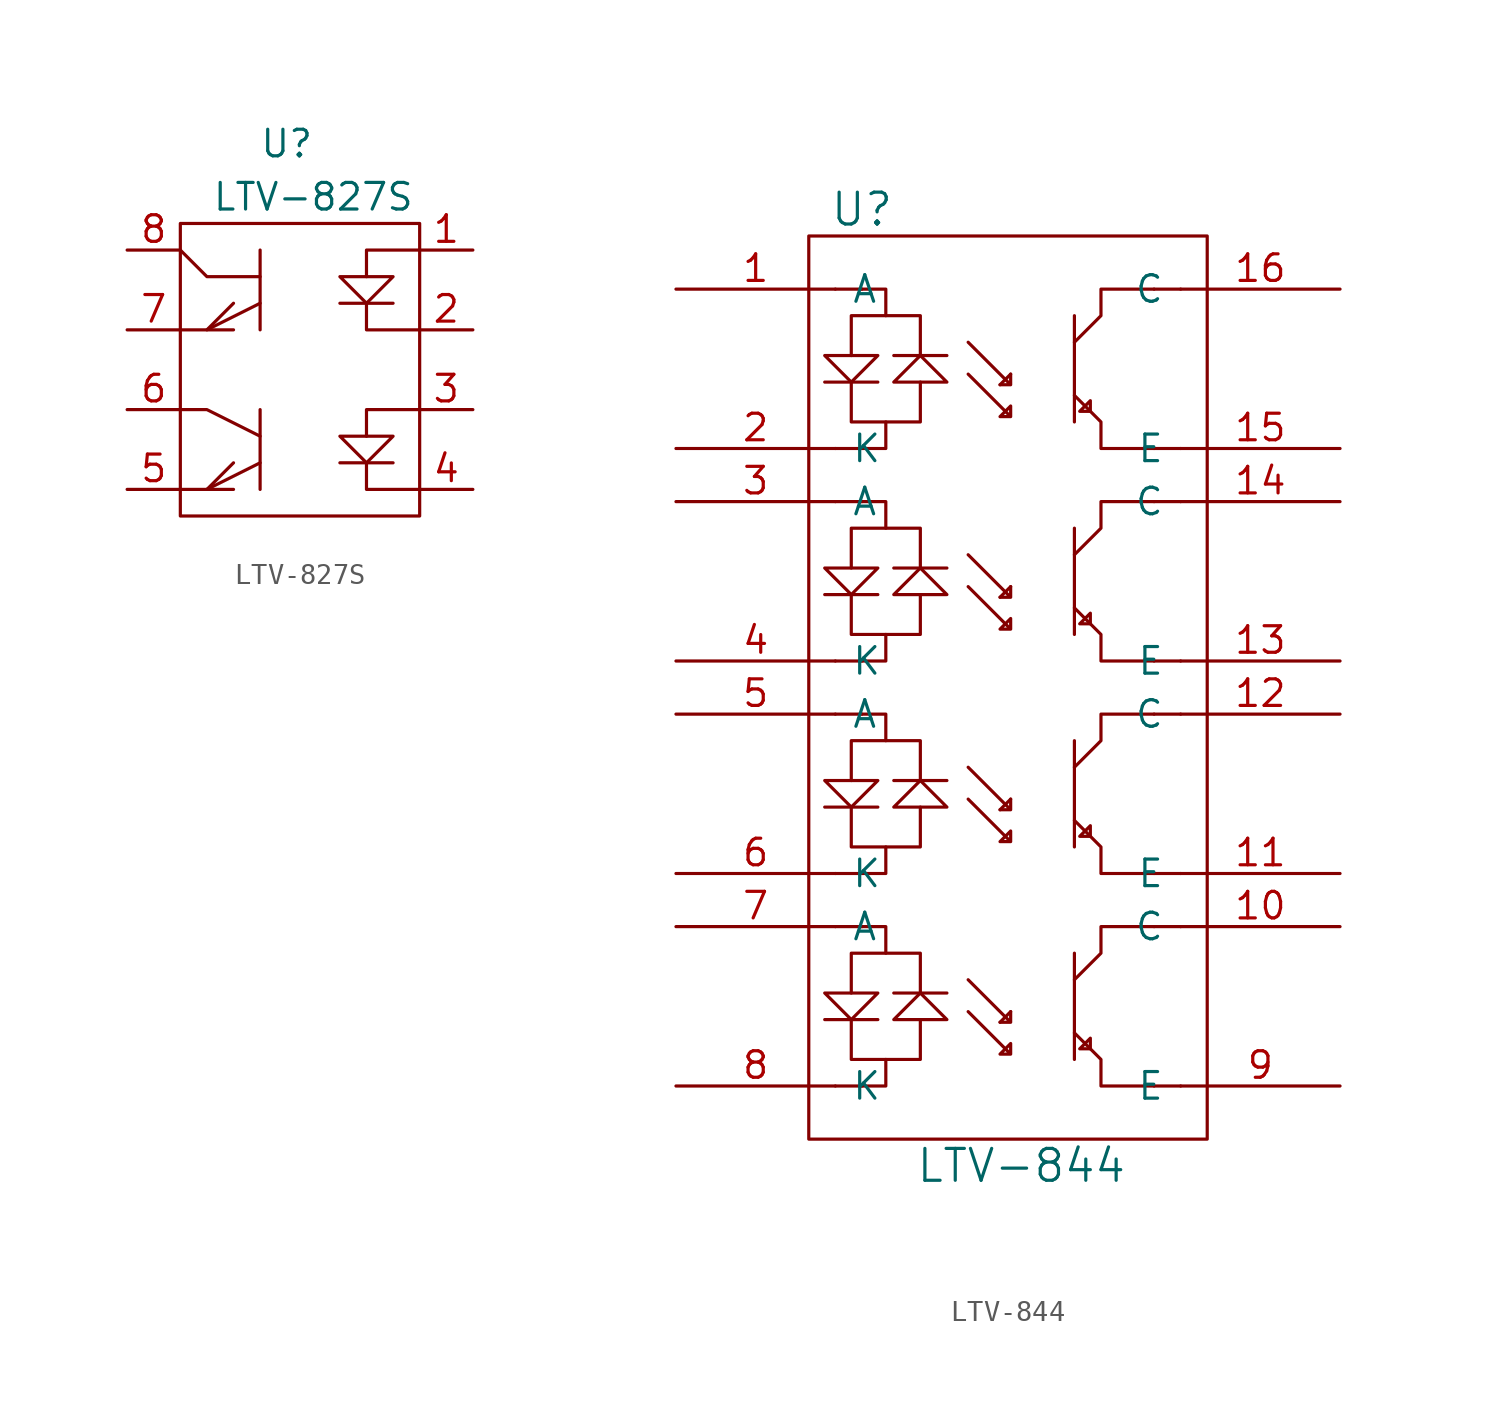
<source format=kicad_sym>
(kicad_symbol_lib
  (version 20211014)
  (generator kicad_symbol_editor)
  (symbol "LTV-827S"
    (pin_names
      (offset 1.016))
    (property "Reference" "U"
      (at -1.27 10.16 0)
      (effects (font (size 1.27 1.27))))
    (property "Value" "LTV-827S"
      (at 0 7.62 0)
      (effects (font (size 1.27 1.27))))
    (symbol "LTV-827S_0_1"
      (rectangle (start -6.35 6.35) (end 5.08 -7.62) (stroke (width 0) (type default) (color 0 0 0 0)) (fill (type none)))
      (polyline (pts (xy -5.08 -6.35) (xy -3.81 -6.35)) (stroke (width 0) (type default) (color 0 0 0 0)) (fill (type none)))
      (polyline (pts (xy -5.08 -6.35) (xy -3.81 -5.08)) (stroke (width 0) (type default) (color 0 0 0 0)) (fill (type none)))
      (polyline (pts (xy -2.54 5.08) (xy -2.54 1.27)) (stroke (width 0) (type default) (color 0 0 0 0)) (fill (type none)))
      (polyline (pts (xy 1.27 2.54) (xy 3.81 2.54)) (stroke (width 0) (type default) (color 0 0 0 0)) (fill (type none)))
      (polyline (pts (xy -6.35 -2.54) (xy -5.08 -2.54) (xy -2.54 -3.81)) (stroke (width 0) (type default) (color 0 0 0 0)) (fill (type none)))
      (polyline (pts (xy -6.35 1.27) (xy -5.08 1.27) (xy -2.54 2.54)) (stroke (width 0) (type default) (color 0 0 0 0)) (fill (type none)))
      (polyline (pts (xy -6.35 5.08) (xy -5.08 3.81) (xy -2.54 3.81)) (stroke (width 0) (type default) (color 0 0 0 0)) (fill (type none)))
      (polyline (pts (xy 2.54 -5.08) (xy 2.54 -6.35) (xy 5.08 -6.35)) (stroke (width 0) (type default) (color 0 0 0 0)) (fill (type none)))
      (polyline (pts (xy 2.54 -3.81) (xy 2.54 -2.54) (xy 5.08 -2.54)) (stroke (width 0) (type default) (color 0 0 0 0)) (fill (type none)))
      (polyline (pts (xy 2.54 2.54) (xy 2.54 1.27) (xy 5.08 1.27)) (stroke (width 0) (type default) (color 0 0 0 0)) (fill (type none)))
      (polyline (pts (xy 2.54 3.81) (xy 2.54 5.08) (xy 5.08 5.08)) (stroke (width 0) (type default) (color 0 0 0 0)) (fill (type none)))
      (polyline (pts (xy -5.08 1.27) (xy -3.81 2.54) (xy -5.08 1.27) (xy -3.81 1.27)) (stroke (width 0) (type default) (color 0 0 0 0)) (fill (type none)))
      (polyline (pts (xy 1.27 3.81) (xy 3.81 3.81) (xy 2.54 2.54) (xy 1.27 3.81)) (stroke (width 0) (type default) (color 0 0 0 0)) (fill (type none))))
    (symbol "LTV-827S_1_1"
      (polyline (pts (xy -2.54 -2.54) (xy -2.54 -6.35)) (stroke (width 0) (type default) (color 0 0 0 0)) (fill (type none)))
      (polyline (pts (xy 1.27 -5.08) (xy 3.81 -5.08)) (stroke (width 0) (type default) (color 0 0 0 0)) (fill (type none)))
      (polyline (pts (xy -6.35 -6.35) (xy -5.08 -6.35) (xy -2.54 -5.08)) (stroke (width 0) (type default) (color 0 0 0 0)) (fill (type none)))
      (polyline (pts (xy 1.27 -3.81) (xy 3.81 -3.81) (xy 2.54 -5.08) (xy 1.27 -3.81)) (stroke (width 0) (type default) (color 0 0 0 0)) (fill (type none)))
      (pin input line (at 7.62 5.08 180) (length 2.54) (name "~" (effects (font (size 1.27 1.27)))) (number "1" (effects (font (size 1.27 1.27)))))
      (pin input line (at 7.62 1.27 180) (length 2.54) (name "~" (effects (font (size 1.27 1.27)))) (number "2" (effects (font (size 1.27 1.27)))))
      (pin input line (at 7.62 -2.54 180) (length 2.54) (name "~" (effects (font (size 1.27 1.27)))) (number "3" (effects (font (size 1.27 1.27)))))
      (pin input line (at 7.62 -6.35 180) (length 2.54) (name "~" (effects (font (size 1.27 1.27)))) (number "4" (effects (font (size 1.27 1.27)))))
      (pin input line (at -8.89 -6.35 0) (length 2.54) (name "~" (effects (font (size 1.27 1.27)))) (number "5" (effects (font (size 1.27 1.27)))))
      (pin input line (at -8.89 -2.54 0) (length 2.54) (name "~" (effects (font (size 1.27 1.27)))) (number "6" (effects (font (size 1.27 1.27)))))
      (pin input line (at -8.89 1.27 0) (length 2.54) (name "~" (effects (font (size 1.27 1.27)))) (number "7" (effects (font (size 1.27 1.27)))))
      (pin input line (at -8.89 5.08 0) (length 2.54) (name "~" (effects (font (size 1.27 1.27)))) (number "8" (effects (font (size 1.27 1.27)))))))
  (symbol "LTV-844"
    (pin_names
      (offset 0.762))
    (property "Reference" "U"
      (at -7.62 22.86 0)
      (effects (font (size 1.524 1.524))))
    (property "Value" "LTV-844"
      (at 0 -22.86 0)
      (effects (font (size 1.524 1.524))))
    (property "Footprint" ""
      (at 0 0 0)
      (effects (font (size 1.524 1.524))))
    (property "Datasheet" ""
      (at 0 0 0)
      (effects (font (size 1.524 1.524))))
    (symbol "LTV-844_0_1"
      (rectangle (start -10.16 21.59) (end 8.89 -21.59) (stroke (width 0) (type default) (color 0 0 0 0)) (fill (type none)))
      (polyline (pts (xy -9.398 -15.875) (xy -6.858 -15.875)) (stroke (width 0) (type default) (color 0 0 0 0)) (fill (type none)))
      (polyline (pts (xy -9.398 -5.715) (xy -6.858 -5.715)) (stroke (width 0) (type default) (color 0 0 0 0)) (fill (type none)))
      (polyline (pts (xy -9.398 4.445) (xy -6.858 4.445)) (stroke (width 0) (type default) (color 0 0 0 0)) (fill (type none)))
      (polyline (pts (xy -9.398 14.605) (xy -6.858 14.605)) (stroke (width 0) (type default) (color 0 0 0 0)) (fill (type none)))
      (polyline (pts (xy -6.096 -14.605) (xy -3.556 -14.605)) (stroke (width 0) (type default) (color 0 0 0 0)) (fill (type none)))
      (polyline (pts (xy -6.096 -4.445) (xy -3.556 -4.445)) (stroke (width 0) (type default) (color 0 0 0 0)) (fill (type none)))
      (polyline (pts (xy -6.096 5.715) (xy -3.556 5.715)) (stroke (width 0) (type default) (color 0 0 0 0)) (fill (type none)))
      (polyline (pts (xy -6.096 15.875) (xy -3.556 15.875)) (stroke (width 0) (type default) (color 0 0 0 0)) (fill (type none)))
      (polyline (pts (xy -8.89 -19.05) (xy -7.62 -19.05) (xy -7.62 -19.05)) (stroke (width 0) (type default) (color 0 0 0 0)) (fill (type none)))
      (polyline (pts (xy -8.89 -11.43) (xy -7.62 -11.43) (xy -7.62 -11.43)) (stroke (width 0) (type default) (color 0 0 0 0)) (fill (type none)))
      (polyline (pts (xy -8.89 -8.89) (xy -7.62 -8.89) (xy -7.62 -8.89)) (stroke (width 0) (type default) (color 0 0 0 0)) (fill (type none)))
      (polyline (pts (xy -8.89 -1.27) (xy -7.62 -1.27) (xy -7.62 -1.27)) (stroke (width 0) (type default) (color 0 0 0 0)) (fill (type none)))
      (polyline (pts (xy -8.89 1.27) (xy -7.62 1.27) (xy -7.62 1.27)) (stroke (width 0) (type default) (color 0 0 0 0)) (fill (type none)))
      (polyline (pts (xy -8.89 8.89) (xy -7.62 8.89) (xy -7.62 8.89)) (stroke (width 0) (type default) (color 0 0 0 0)) (fill (type none)))
      (polyline (pts (xy -8.89 11.43) (xy -7.62 11.43) (xy -7.62 11.43)) (stroke (width 0) (type default) (color 0 0 0 0)) (fill (type none)))
      (polyline (pts (xy -8.89 19.05) (xy -7.62 19.05) (xy -7.62 19.05)) (stroke (width 0) (type default) (color 0 0 0 0)) (fill (type none)))
      (polyline (pts (xy -6.477 -17.78) (xy -4.826 -17.78) (xy -4.826 -15.875)) (stroke (width 0) (type default) (color 0 0 0 0)) (fill (type none)))
      (polyline (pts (xy -6.477 -12.7) (xy -8.128 -12.7) (xy -8.128 -14.605)) (stroke (width 0) (type default) (color 0 0 0 0)) (fill (type none)))
      (polyline (pts (xy -6.477 -7.62) (xy -4.826 -7.62) (xy -4.826 -5.715)) (stroke (width 0) (type default) (color 0 0 0 0)) (fill (type none)))
      (polyline (pts (xy -6.477 -2.54) (xy -8.128 -2.54) (xy -8.128 -4.445)) (stroke (width 0) (type default) (color 0 0 0 0)) (fill (type none)))
      (polyline (pts (xy -6.477 2.54) (xy -4.826 2.54) (xy -4.826 4.445)) (stroke (width 0) (type default) (color 0 0 0 0)) (fill (type none)))
      (polyline (pts (xy -6.477 7.62) (xy -8.128 7.62) (xy -8.128 5.715)) (stroke (width 0) (type default) (color 0 0 0 0)) (fill (type none)))
      (polyline (pts (xy -6.477 12.7) (xy -4.826 12.7) (xy -4.826 14.605)) (stroke (width 0) (type default) (color 0 0 0 0)) (fill (type none)))
      (polyline (pts (xy -6.477 17.78) (xy -8.128 17.78) (xy -8.128 15.875)) (stroke (width 0) (type default) (color 0 0 0 0)) (fill (type none)))
      (polyline (pts (xy -1.016 -16.002) (xy -0.508 -15.494) (xy -0.508 -15.494)) (stroke (width 0) (type default) (color 0 0 0 0)) (fill (type none)))
      (polyline (pts (xy -1.016 -5.842) (xy -0.508 -5.334) (xy -0.508 -5.334)) (stroke (width 0) (type default) (color 0 0 0 0)) (fill (type none)))
      (polyline (pts (xy -1.016 4.318) (xy -0.508 4.826) (xy -0.508 4.826)) (stroke (width 0) (type default) (color 0 0 0 0)) (fill (type none)))
      (polyline (pts (xy -1.016 14.478) (xy -0.508 14.986) (xy -0.508 14.986)) (stroke (width 0) (type default) (color 0 0 0 0)) (fill (type none)))
      (polyline (pts (xy 2.54 -12.7) (xy 2.54 -17.78) (xy 2.54 -17.78)) (stroke (width 0) (type default) (color 0 0 0 0)) (fill (type none)))
      (polyline (pts (xy 2.54 -2.54) (xy 2.54 -7.62) (xy 2.54 -7.62)) (stroke (width 0) (type default) (color 0 0 0 0)) (fill (type none)))
      (polyline (pts (xy 2.54 7.62) (xy 2.54 2.54) (xy 2.54 2.54)) (stroke (width 0) (type default) (color 0 0 0 0)) (fill (type none)))
      (polyline (pts (xy 2.54 17.78) (xy 2.54 12.7) (xy 2.54 12.7)) (stroke (width 0) (type default) (color 0 0 0 0)) (fill (type none)))
      (polyline (pts (xy 7.62 -19.05) (xy 6.35 -19.05) (xy 6.35 -19.05)) (stroke (width 0) (type default) (color 0 0 0 0)) (fill (type none)))
      (polyline (pts (xy 7.62 -11.43) (xy 6.35 -11.43) (xy 6.35 -11.43)) (stroke (width 0) (type default) (color 0 0 0 0)) (fill (type none)))
      (polyline (pts (xy 7.62 -8.89) (xy 6.35 -8.89) (xy 6.35 -8.89)) (stroke (width 0) (type default) (color 0 0 0 0)) (fill (type none)))
      (polyline (pts (xy 7.62 -1.27) (xy 6.35 -1.27) (xy 6.35 -1.27)) (stroke (width 0) (type default) (color 0 0 0 0)) (fill (type none)))
      (polyline (pts (xy 7.62 1.27) (xy 6.35 1.27) (xy 6.35 1.27)) (stroke (width 0) (type default) (color 0 0 0 0)) (fill (type none)))
      (polyline (pts (xy 7.62 8.89) (xy 6.35 8.89) (xy 6.35 8.89)) (stroke (width 0) (type default) (color 0 0 0 0)) (fill (type none)))
      (polyline (pts (xy 7.62 11.43) (xy 6.35 11.43) (xy 6.35 11.43)) (stroke (width 0) (type default) (color 0 0 0 0)) (fill (type none)))
      (polyline (pts (xy 7.62 19.05) (xy 6.35 19.05) (xy 6.35 19.05)) (stroke (width 0) (type default) (color 0 0 0 0)) (fill (type none)))
      (polyline (pts (xy -9.398 -14.605) (xy -8.128 -14.605) (xy -6.858 -14.605) (xy -8.128 -15.875) (xy -9.398 -14.605)) (stroke (width 0) (type default) (color 0 0 0 0)) (fill (type none)))
      (polyline (pts (xy -9.398 -4.445) (xy -8.128 -4.445) (xy -6.858 -4.445) (xy -8.128 -5.715) (xy -9.398 -4.445)) (stroke (width 0) (type default) (color 0 0 0 0)) (fill (type none)))
      (polyline (pts (xy -9.398 5.715) (xy -8.128 5.715) (xy -6.858 5.715) (xy -8.128 4.445) (xy -9.398 5.715)) (stroke (width 0) (type default) (color 0 0 0 0)) (fill (type none)))
      (polyline (pts (xy -9.398 15.875) (xy -8.128 15.875) (xy -6.858 15.875) (xy -8.128 14.605) (xy -9.398 15.875)) (stroke (width 0) (type default) (color 0 0 0 0)) (fill (type none)))
      (polyline (pts (xy -7.62 -19.05) (xy -6.477 -19.05) (xy -6.477 -17.78) (xy -8.128 -17.78) (xy -8.128 -15.875)) (stroke (width 0) (type default) (color 0 0 0 0)) (fill (type none)))
      (polyline (pts (xy -7.62 -11.43) (xy -6.477 -11.43) (xy -6.477 -12.7) (xy -4.826 -12.7) (xy -4.826 -14.605)) (stroke (width 0) (type default) (color 0 0 0 0)) (fill (type none)))
      (polyline (pts (xy -7.62 -8.89) (xy -6.477 -8.89) (xy -6.477 -7.62) (xy -8.128 -7.62) (xy -8.128 -5.715)) (stroke (width 0) (type default) (color 0 0 0 0)) (fill (type none)))
      (polyline (pts (xy -7.62 -1.27) (xy -6.477 -1.27) (xy -6.477 -2.54) (xy -4.826 -2.54) (xy -4.826 -4.445)) (stroke (width 0) (type default) (color 0 0 0 0)) (fill (type none)))
      (polyline (pts (xy -7.62 1.27) (xy -6.477 1.27) (xy -6.477 2.54) (xy -8.128 2.54) (xy -8.128 4.445)) (stroke (width 0) (type default) (color 0 0 0 0)) (fill (type none)))
      (polyline (pts (xy -7.62 8.89) (xy -6.477 8.89) (xy -6.477 7.62) (xy -4.826 7.62) (xy -4.826 5.715)) (stroke (width 0) (type default) (color 0 0 0 0)) (fill (type none)))
      (polyline (pts (xy -7.62 11.43) (xy -6.477 11.43) (xy -6.477 12.7) (xy -8.128 12.7) (xy -8.128 14.605)) (stroke (width 0) (type default) (color 0 0 0 0)) (fill (type none)))
      (polyline (pts (xy -7.62 19.05) (xy -6.477 19.05) (xy -6.477 17.78) (xy -4.826 17.78) (xy -4.826 15.875)) (stroke (width 0) (type default) (color 0 0 0 0)) (fill (type none)))
      (polyline (pts (xy -6.096 -15.875) (xy -4.826 -15.875) (xy -3.556 -15.875) (xy -4.826 -14.605) (xy -6.096 -15.875)) (stroke (width 0) (type default) (color 0 0 0 0)) (fill (type none)))
      (polyline (pts (xy -6.096 -5.715) (xy -4.826 -5.715) (xy -3.556 -5.715) (xy -4.826 -4.445) (xy -6.096 -5.715)) (stroke (width 0) (type default) (color 0 0 0 0)) (fill (type none)))
      (polyline (pts (xy -6.096 4.445) (xy -4.826 4.445) (xy -3.556 4.445) (xy -4.826 5.715) (xy -6.096 4.445)) (stroke (width 0) (type default) (color 0 0 0 0)) (fill (type none)))
      (polyline (pts (xy -6.096 14.605) (xy -4.826 14.605) (xy -3.556 14.605) (xy -4.826 15.875) (xy -6.096 14.605)) (stroke (width 0) (type default) (color 0 0 0 0)) (fill (type none)))
      (polyline (pts (xy 2.54 -16.51) (xy 3.81 -17.78) (xy 3.81 -19.05) (xy 6.35 -19.05) (xy 6.35 -19.05)) (stroke (width 0) (type default) (color 0 0 0 0)) (fill (type none)))
      (polyline (pts (xy 2.54 -13.97) (xy 3.81 -12.7) (xy 3.81 -11.43) (xy 6.35 -11.43) (xy 6.35 -11.43)) (stroke (width 0) (type default) (color 0 0 0 0)) (fill (type none)))
      (polyline (pts (xy 2.54 -6.35) (xy 3.81 -7.62) (xy 3.81 -8.89) (xy 6.35 -8.89) (xy 6.35 -8.89)) (stroke (width 0) (type default) (color 0 0 0 0)) (fill (type none)))
      (polyline (pts (xy 2.54 -3.81) (xy 3.81 -2.54) (xy 3.81 -1.27) (xy 6.35 -1.27) (xy 6.35 -1.27)) (stroke (width 0) (type default) (color 0 0 0 0)) (fill (type none)))
      (polyline (pts (xy 2.54 3.81) (xy 3.81 2.54) (xy 3.81 1.27) (xy 6.35 1.27) (xy 6.35 1.27)) (stroke (width 0) (type default) (color 0 0 0 0)) (fill (type none)))
      (polyline (pts (xy 2.54 6.35) (xy 3.81 7.62) (xy 3.81 8.89) (xy 6.35 8.89) (xy 6.35 8.89)) (stroke (width 0) (type default) (color 0 0 0 0)) (fill (type none)))
      (polyline (pts (xy 2.54 13.97) (xy 3.81 12.7) (xy 3.81 11.43) (xy 6.35 11.43) (xy 6.35 11.43)) (stroke (width 0) (type default) (color 0 0 0 0)) (fill (type none)))
      (polyline (pts (xy 2.54 16.51) (xy 3.81 17.78) (xy 3.81 19.05) (xy 6.35 19.05) (xy 6.35 19.05)) (stroke (width 0) (type default) (color 0 0 0 0)) (fill (type none)))
      (polyline (pts (xy 2.794 -17.272) (xy 3.302 -16.764) (xy 3.302 -17.272) (xy 2.794 -17.272) (xy 2.794 -17.272)) (stroke (width 0) (type default) (color 0 0 0 0)) (fill (type none)))
      (polyline (pts (xy 2.794 -7.112) (xy 3.302 -6.604) (xy 3.302 -7.112) (xy 2.794 -7.112) (xy 2.794 -7.112)) (stroke (width 0) (type default) (color 0 0 0 0)) (fill (type none)))
      (polyline (pts (xy 2.794 3.048) (xy 3.302 3.556) (xy 3.302 3.048) (xy 2.794 3.048) (xy 2.794 3.048)) (stroke (width 0) (type default) (color 0 0 0 0)) (fill (type none)))
      (polyline (pts (xy 2.794 13.208) (xy 3.302 13.716) (xy 3.302 13.208) (xy 2.794 13.208) (xy 2.794 13.208)) (stroke (width 0) (type default) (color 0 0 0 0)) (fill (type none)))
      (polyline (pts (xy -2.54 -13.97) (xy -0.508 -16.002) (xy -0.508 -15.494) (xy -0.508 -16.002) (xy -1.016 -16.002) (xy -1.016 -16.002)) (stroke (width 0) (type default) (color 0 0 0 0)) (fill (type none)))
      (polyline (pts (xy -2.54 -3.81) (xy -0.508 -5.842) (xy -0.508 -5.334) (xy -0.508 -5.842) (xy -1.016 -5.842) (xy -1.016 -5.842)) (stroke (width 0) (type default) (color 0 0 0 0)) (fill (type none)))
      (polyline (pts (xy -2.54 6.35) (xy -0.508 4.318) (xy -0.508 4.826) (xy -0.508 4.318) (xy -1.016 4.318) (xy -1.016 4.318)) (stroke (width 0) (type default) (color 0 0 0 0)) (fill (type none)))
      (polyline (pts (xy -2.54 16.51) (xy -0.508 14.478) (xy -0.508 14.986) (xy -0.508 14.478) (xy -1.016 14.478) (xy -1.016 14.478)) (stroke (width 0) (type default) (color 0 0 0 0)) (fill (type none)))
      (polyline (pts (xy -2.54 -15.494) (xy -0.508 -17.526) (xy -0.508 -17.018) (xy -0.508 -17.526) (xy -1.016 -17.526) (xy -0.508 -17.018) (xy -0.508 -17.018)) (stroke (width 0) (type default) (color 0 0 0 0)) (fill (type none)))
      (polyline (pts (xy -2.54 -5.334) (xy -0.508 -7.366) (xy -0.508 -6.858) (xy -0.508 -7.366) (xy -1.016 -7.366) (xy -0.508 -6.858) (xy -0.508 -6.858)) (stroke (width 0) (type default) (color 0 0 0 0)) (fill (type none)))
      (polyline (pts (xy -2.54 4.826) (xy -0.508 2.794) (xy -0.508 3.302) (xy -0.508 2.794) (xy -1.016 2.794) (xy -0.508 3.302) (xy -0.508 3.302)) (stroke (width 0) (type default) (color 0 0 0 0)) (fill (type none)))
      (polyline (pts (xy -2.54 14.986) (xy -0.508 12.954) (xy -0.508 13.462) (xy -0.508 12.954) (xy -1.016 12.954) (xy -0.508 13.462) (xy -0.508 13.462)) (stroke (width 0) (type default) (color 0 0 0 0)) (fill (type none))))
    (symbol "LTV-844_1_1"
      (pin input line (at -16.51 19.05 0) (length 7.62) (name "A" (effects (font (size 1.27 1.27)))) (number "1" (effects (font (size 1.27 1.27)))))
      (pin passive line (at 15.24 -11.43 180) (length 7.62) (name "C" (effects (font (size 1.27 1.27)))) (number "10" (effects (font (size 1.27 1.27)))))
      (pin passive line (at 15.24 -8.89 180) (length 7.62) (name "E" (effects (font (size 1.27 1.27)))) (number "11" (effects (font (size 1.27 1.27)))))
      (pin passive line (at 15.24 -1.27 180) (length 7.62) (name "C" (effects (font (size 1.27 1.27)))) (number "12" (effects (font (size 1.27 1.27)))))
      (pin passive line (at 15.24 1.27 180) (length 7.62) (name "E" (effects (font (size 1.27 1.27)))) (number "13" (effects (font (size 1.27 1.27)))))
      (pin passive line (at 15.24 8.89 180) (length 7.62) (name "C" (effects (font (size 1.27 1.27)))) (number "14" (effects (font (size 1.27 1.27)))))
      (pin passive line (at 15.24 11.43 180) (length 7.62) (name "E" (effects (font (size 1.27 1.27)))) (number "15" (effects (font (size 1.27 1.27)))))
      (pin passive line (at 15.24 19.05 180) (length 7.62) (name "C" (effects (font (size 1.27 1.27)))) (number "16" (effects (font (size 1.27 1.27)))))
      (pin input line (at -16.51 11.43 0) (length 7.62) (name "K" (effects (font (size 1.27 1.27)))) (number "2" (effects (font (size 1.27 1.27)))))
      (pin input line (at -16.51 8.89 0) (length 7.62) (name "A" (effects (font (size 1.27 1.27)))) (number "3" (effects (font (size 1.27 1.27)))))
      (pin input line (at -16.51 1.27 0) (length 7.62) (name "K" (effects (font (size 1.27 1.27)))) (number "4" (effects (font (size 1.27 1.27)))))
      (pin input line (at -16.51 -1.27 0) (length 7.62) (name "A" (effects (font (size 1.27 1.27)))) (number "5" (effects (font (size 1.27 1.27)))))
      (pin input line (at -16.51 -8.89 0) (length 7.62) (name "K" (effects (font (size 1.27 1.27)))) (number "6" (effects (font (size 1.27 1.27)))))
      (pin input line (at -16.51 -11.43 0) (length 7.62) (name "A" (effects (font (size 1.27 1.27)))) (number "7" (effects (font (size 1.27 1.27)))))
      (pin input line (at -16.51 -19.05 0) (length 7.62) (name "K" (effects (font (size 1.27 1.27)))) (number "8" (effects (font (size 1.27 1.27)))))
      (pin passive line (at 15.24 -19.05 180) (length 7.62) (name "E" (effects (font (size 1.27 1.27)))) (number "9" (effects (font (size 1.27 1.27))))))))
</source>
